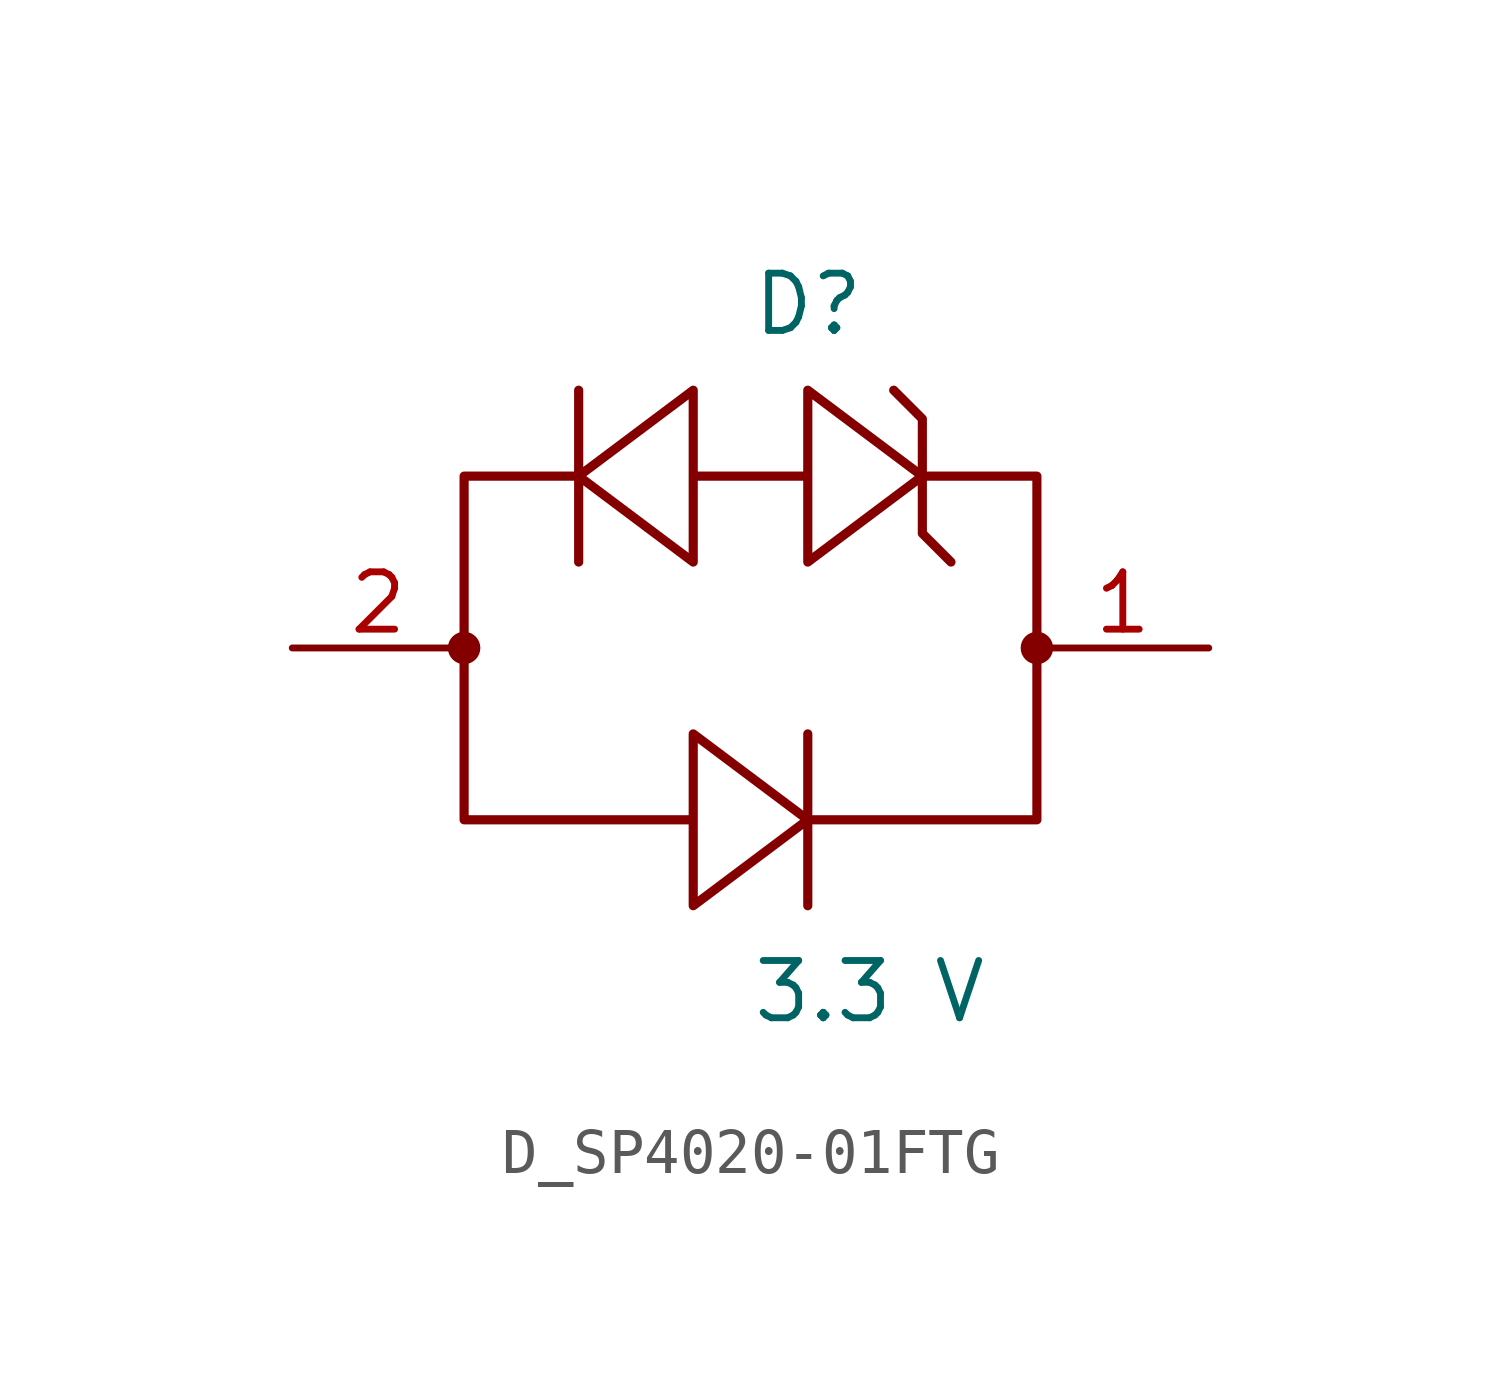
<source format=kicad_sym>
(kicad_symbol_lib
  (version 20231120)
  (generator kicad_symbol_editor)
  (generator_version 8.0)
  (symbol "D_SP4020-01FTG"
    (pin_names
      (offset 0.254))
    (property "Reference" "D"
      (at 0 7.62 0)
      (effects (font (size 1.27 1.27)) (justify left)))
    (property "Value" "3.3 V"
      (at 0 -7.62 0)
      (effects (font (size 1.27 1.27)) (justify left)))
    (symbol "D_SP4020-01FTG_1_0"
      (polyline (pts (xy 6.35 0) (xy 6.35 -3.81) (xy 1.27 -3.81) (xy 1.27 -5.715) (xy 1.27 -3.81) (xy -1.27 -5.715) (xy -1.27 -3.81) (xy -6.35 -3.81) (xy -6.35 0) (xy -6.35 0) (xy -6.35 -3.81) (xy -1.27 -3.81) (xy -1.27 -1.905) (xy 1.27 -3.81) (xy 1.27 -1.905) (xy 1.27 -3.81) (xy 6.35 -3.81)) (stroke (width 0.203) (type default)) (fill (type none)))
      (polyline (pts (xy -6.35 0) (xy -6.35 3.81) (xy -3.81 3.81) (xy -3.81 5.715) (xy -3.81 3.81) (xy -1.27 5.715) (xy -1.27 3.81) (xy 1.27 3.81) (xy 1.27 5.715) (xy 3.81 3.81) (xy 3.81 5.08) (xy 3.175 5.715) (xy 3.81 5.08) (xy 3.81 3.81) (xy 6.35 3.81) (xy 6.35 0) (xy 6.35 0) (xy 6.35 3.81) (xy 3.81 3.81) (xy 3.81 2.54) (xy 4.445 1.905) (xy 3.81 2.54) (xy 3.81 3.81) (xy 1.27 1.905) (xy 1.27 3.81) (xy -1.27 3.81) (xy -1.27 1.905) (xy -3.81 3.81) (xy -3.81 1.905) (xy -3.81 3.81) (xy -6.35 3.81)) (stroke (width 0.203) (type default)) (fill (type none)))
      (circle (center -6.35 0) (radius 0.284) (stroke (width 0) (type default)) (fill (type outline)))
      (circle (center 6.35 0) (radius 0.284) (stroke (width 0) (type default)) (fill (type outline)))
      (pin passive line (at 10.16 0 180) (length 3.81) (name "" (effects (font (size 1.27 1.27)))) (number "1" (effects (font (size 1.27 1.27)))))
      (pin passive line (at -10.16 0 0) (length 3.81) (name "" (effects (font (size 1.27 1.27)))) (number "2" (effects (font (size 1.27 1.27))))))))
</source>
